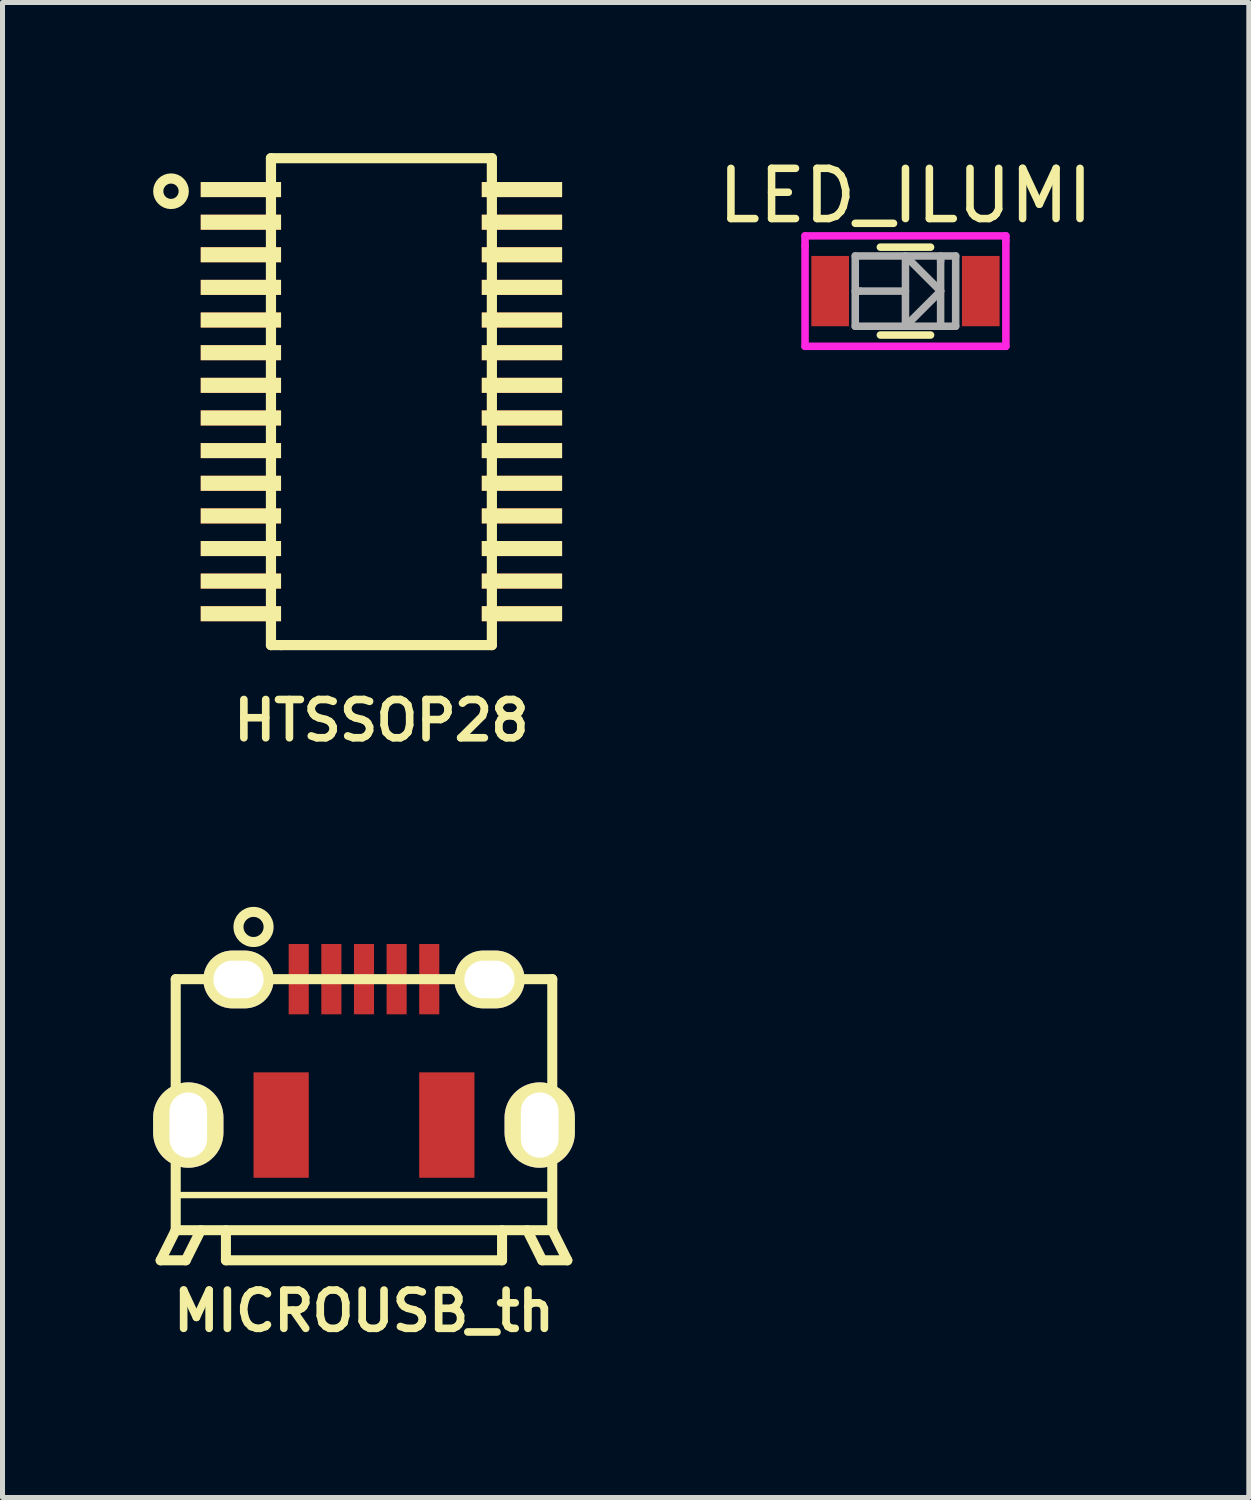
<source format=kicad_pcb>
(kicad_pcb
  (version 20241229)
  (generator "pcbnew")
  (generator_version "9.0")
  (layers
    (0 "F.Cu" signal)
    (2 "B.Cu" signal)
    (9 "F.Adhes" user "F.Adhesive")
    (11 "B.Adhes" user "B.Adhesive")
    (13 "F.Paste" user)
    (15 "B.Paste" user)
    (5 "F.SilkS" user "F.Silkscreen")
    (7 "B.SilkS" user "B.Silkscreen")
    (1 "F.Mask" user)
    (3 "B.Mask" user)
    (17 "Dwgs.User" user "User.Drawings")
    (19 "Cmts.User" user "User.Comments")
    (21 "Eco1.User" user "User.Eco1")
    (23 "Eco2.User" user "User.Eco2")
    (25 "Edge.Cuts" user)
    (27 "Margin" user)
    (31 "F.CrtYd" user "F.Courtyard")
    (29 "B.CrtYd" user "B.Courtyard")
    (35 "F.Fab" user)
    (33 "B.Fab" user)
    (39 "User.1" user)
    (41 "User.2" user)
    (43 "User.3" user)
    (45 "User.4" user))
  (footprint "HTSSOP28"
    (layer "F.Cu")
    (at 4.547 4.95)
    (property "Reference" "HTSSOP28" (at 0 6.35 0) (layer "F.SilkS") (effects (font (size 0.762 0.762) (thickness 0.152))))
    (attr smd)
    (fp_line (start -2.2 -4.849) (end 2.2 -4.849) (stroke (width 0.203) (type solid)) (layer "F.SilkS"))
    (fp_line (start -2.2 4.849) (end -2.2 -4.849) (stroke (width 0.203) (type solid)) (layer "F.SilkS"))
    (fp_line (start -1.999 4.849) (end -2.2 4.849) (stroke (width 0.203) (type solid)) (layer "F.SilkS"))
    (fp_line (start -1.999 4.849) (end 2.2 4.849) (stroke (width 0.203) (type solid)) (layer "F.SilkS"))
    (fp_line (start 2.2 4.849) (end 2.2 -4.849) (stroke (width 0.203) (type solid)) (layer "F.SilkS"))
    (fp_circle (center -4.191 -4.191) (end -3.937 -4.191) (stroke (width 0.203) (type solid)) (fill no) (layer "F.SilkS"))
    (pad "1" smd rect (at -2.799 -4.224) (size 1.6 0.3) (layers "F.Cu" "F.Mask" "F.SilkS" "F.Paste"))
    (pad "2" smd rect (at -2.799 -3.574) (size 1.6 0.3) (layers "F.Cu" "F.Mask" "F.SilkS" "F.Paste"))
    (pad "3" smd rect (at -2.799 -2.926) (size 1.6 0.3) (layers "F.Cu" "F.Mask" "F.SilkS" "F.Paste"))
    (pad "4" smd rect (at -2.799 -2.276) (size 1.6 0.3) (layers "F.Cu" "F.Mask" "F.SilkS" "F.Paste"))
    (pad "5" smd rect (at -2.799 -1.626) (size 1.6 0.3) (layers "F.Cu" "F.Mask" "F.SilkS" "F.Paste"))
    (pad "6" smd rect (at -2.799 -0.975) (size 1.6 0.3) (layers "F.Cu" "F.Mask" "F.SilkS" "F.Paste"))
    (pad "7" smd rect (at -2.799 -0.325) (size 1.6 0.3) (layers "F.Cu" "F.Mask" "F.SilkS" "F.Paste"))
    (pad "8" smd rect (at -2.799 0.325) (size 1.6 0.3) (layers "F.Cu" "F.Mask" "F.SilkS" "F.Paste"))
    (pad "9" smd rect (at -2.799 0.975) (size 1.6 0.3) (layers "F.Cu" "F.Mask" "F.SilkS" "F.Paste"))
    (pad "10" smd rect (at -2.799 1.626) (size 1.6 0.3) (layers "F.Cu" "F.Mask" "F.SilkS" "F.Paste"))
    (pad "11" smd rect (at -2.799 2.276) (size 1.6 0.3) (layers "F.Cu" "F.Mask" "F.SilkS" "F.Paste"))
    (pad "12" smd rect (at -2.799 2.926) (size 1.6 0.3) (layers "F.Cu" "F.Mask" "F.SilkS" "F.Paste"))
    (pad "13" smd rect (at -2.799 3.574) (size 1.6 0.3) (layers "F.Cu" "F.Mask" "F.SilkS" "F.Paste"))
    (pad "14" smd rect (at -2.799 4.224) (size 1.6 0.3) (layers "F.Cu" "F.Mask" "F.SilkS" "F.Paste"))
    (pad "15" smd rect (at 2.799 4.224) (size 1.6 0.3) (layers "F.Cu" "F.Mask" "F.SilkS" "F.Paste"))
    (pad "16" smd rect (at 2.799 3.574) (size 1.6 0.3) (layers "F.Cu" "F.Mask" "F.SilkS" "F.Paste"))
    (pad "17" smd rect (at 2.799 2.926) (size 1.6 0.3) (layers "F.Cu" "F.Mask" "F.SilkS" "F.Paste"))
    (pad "18" smd rect (at 2.799 2.276) (size 1.6 0.3) (layers "F.Cu" "F.Mask" "F.SilkS" "F.Paste"))
    (pad "19" smd rect (at 2.799 1.626) (size 1.6 0.3) (layers "F.Cu" "F.Mask" "F.SilkS" "F.Paste"))
    (pad "20" smd rect (at 2.799 0.975) (size 1.6 0.3) (layers "F.Cu" "F.Mask" "F.SilkS" "F.Paste"))
    (pad "21" smd rect (at 2.799 0.325) (size 1.6 0.3) (layers "F.Cu" "F.Mask" "F.SilkS" "F.Paste"))
    (pad "22" smd rect (at 2.799 -0.325) (size 1.6 0.3) (layers "F.Cu" "F.Mask" "F.SilkS" "F.Paste"))
    (pad "23" smd rect (at 2.799 -0.975) (size 1.6 0.3) (layers "F.Cu" "F.Mask" "F.SilkS" "F.Paste"))
    (pad "24" smd rect (at 2.799 -1.626) (size 1.6 0.3) (layers "F.Cu" "F.Mask" "F.SilkS" "F.Paste"))
    (pad "25" smd rect (at 2.799 -2.276) (size 1.6 0.3) (layers "F.Cu" "F.Mask" "F.SilkS" "F.Paste"))
    (pad "26" smd rect (at 2.799 -2.926) (size 1.6 0.3) (layers "F.Cu" "F.Mask" "F.SilkS" "F.Paste"))
    (pad "27" smd rect (at 2.799 -3.574) (size 1.6 0.3) (layers "F.Cu" "F.Mask" "F.SilkS" "F.Paste"))
    (pad "28" smd rect (at 2.799 -4.224) (size 1.6 0.3) (layers "F.Cu" "F.Mask" "F.SilkS" "F.Paste")))
  (footprint "MICROUSB_th"
    (layer "F.Cu")
    (at 3.082 19.609)
    (property "Reference" "MICROUSB_th" (at 1.118 3.454 0) (layer "F.SilkS") (effects (font (size 0.762 0.762) (thickness 0.152))))
    (attr smd)
    (fp_line (start -2.932 2.444) (end -2.432 2.444) (stroke (width 0.2) (type solid)) (layer "F.SilkS"))
    (fp_line (start -2.632 -3.156) (end -2.632 1.844) (stroke (width 0.2) (type solid)) (layer "F.SilkS"))
    (fp_line (start -2.632 1.844) (end -2.932 2.444) (stroke (width 0.2) (type solid)) (layer "F.SilkS"))
    (fp_line (start -2.132 1.844) (end -2.432 2.444) (stroke (width 0.2) (type solid)) (layer "F.SilkS"))
    (fp_line (start -1.632 1.844) (end -1.632 2.444) (stroke (width 0.2) (type solid)) (layer "F.SilkS"))
    (fp_line (start -1.632 2.444) (end 3.868 2.444) (stroke (width 0.2) (type solid)) (layer "F.SilkS"))
    (fp_line (start 3.868 2.444) (end 3.868 1.844) (stroke (width 0.2) (type solid)) (layer "F.SilkS"))
    (fp_line (start 4.368 1.844) (end 4.668 2.444) (stroke (width 0.2) (type solid)) (layer "F.SilkS"))
    (fp_line (start 4.868 -3.156) (end -2.632 -3.156) (stroke (width 0.2) (type solid)) (layer "F.SilkS"))
    (fp_line (start 4.868 1.144) (end -2.632 1.144) (stroke (width 0.127) (type solid)) (layer "F.SilkS"))
    (fp_line (start 4.868 1.844) (end -2.632 1.844) (stroke (width 0.2) (type solid)) (layer "F.SilkS"))
    (fp_line (start 4.868 1.844) (end 4.868 -3.156) (stroke (width 0.2) (type solid)) (layer "F.SilkS"))
    (fp_line (start 4.868 1.844) (end 5.168 2.444) (stroke (width 0.2) (type solid)) (layer "F.SilkS"))
    (fp_line (start 5.168 2.444) (end 4.668 2.444) (stroke (width 0.2) (type solid)) (layer "F.SilkS"))
    (fp_circle (center -1.082 -4.196) (end -1.082 -4.496) (stroke (width 0.2) (type solid)) (fill no) (layer "F.SilkS"))
    (pad "" thru_hole oval (at -2.382 -0.25) (size 1.4 1.7) (drill oval 0.75 1.3) (layers "*.Cu" "*.Mask" "F.SilkS"))
    (pad "" thru_hole oval (at -1.382 -3.15) (size 1.4 1.15) (drill oval 1 0.75) (layers "*.Cu" "*.Mask" "F.SilkS"))
    (pad "" smd rect (at -0.532 -0.25) (size 1.1 2.1) (layers "F.Cu" "F.Mask" "F.Paste"))
    (pad "" smd rect (at 2.768 -0.25) (size 1.1 2.1) (layers "F.Cu" "F.Mask" "F.Paste"))
    (pad "" thru_hole oval (at 3.618 -3.15) (size 1.4 1.15) (drill oval 1 0.75) (layers "*.Cu" "*.Mask" "F.SilkS"))
    (pad "" thru_hole oval (at 4.618 -0.25) (size 1.4 1.7) (drill oval 0.75 1.3) (layers "*.Cu" "*.Mask" "F.SilkS"))
    (pad "1" smd rect (at -0.182 -3.156 90) (size 1.4 0.4) (layers "F.Cu" "F.Mask" "F.Paste"))
    (pad "2" smd rect (at 0.468 -3.156 90) (size 1.4 0.4) (layers "F.Cu" "F.Mask" "F.Paste"))
    (pad "3" smd rect (at 1.118 -3.156 90) (size 1.4 0.4) (layers "F.Cu" "F.Mask" "F.Paste"))
    (pad "4" smd rect (at 1.768 -3.156 90) (size 1.4 0.4) (layers "F.Cu" "F.Mask" "F.Paste"))
    (pad "5" smd rect (at 2.418 -3.156 90) (size 1.4 0.4) (layers "F.Cu" "F.Mask" "F.Paste")))
  (footprint "LED_ILUMI"
    (layer "F.Cu")
    (at 14.985 2.748)
    (property "Reference" "LED_ILUMI" (at 0 -1.9 0) (layer "F.SilkS") (effects (font (size 1 1) (thickness 0.15))))
    (attr smd)
    (fp_line (start -0.5 -0.875) (end 0.5 -0.875) (stroke (width 0.15) (type solid)) (layer "F.SilkS"))
    (fp_line (start 0.5 0.875) (end -0.5 0.875) (stroke (width 0.15) (type solid)) (layer "F.SilkS"))
    (fp_line (start -2 -1.1) (end -2 -0.9) (stroke (width 0.15) (type solid)) (layer "F.CrtYd"))
    (fp_line (start -2 -0.9) (end -2 1.1) (stroke (width 0.15) (type solid)) (layer "F.CrtYd"))
    (fp_line (start -2 1.1) (end 2 1.1) (stroke (width 0.15) (type solid)) (layer "F.CrtYd"))
    (fp_line (start 2 -1.1) (end -2 -1.1) (stroke (width 0.15) (type solid)) (layer "F.CrtYd"))
    (fp_line (start 2 -1) (end 2 -1.1) (stroke (width 0.15) (type solid)) (layer "F.CrtYd"))
    (fp_line (start 2 1.1) (end 2 -1) (stroke (width 0.15) (type solid)) (layer "F.CrtYd"))
    (fp_line (start -1 -0.7) (end -1 0.7) (stroke (width 0.15) (type solid)) (layer "F.Fab"))
    (fp_line (start -1 0.7) (end 1 0.7) (stroke (width 0.15) (type solid)) (layer "F.Fab"))
    (fp_line (start -0.9 0) (end -1 0) (stroke (width 0.15) (type solid)) (layer "F.Fab"))
    (fp_line (start 0 -0.7) (end 0 0.7) (stroke (width 0.15) (type solid)) (layer "F.Fab"))
    (fp_line (start 0 0) (end -0.9 0) (stroke (width 0.15) (type solid)) (layer "F.Fab"))
    (fp_line (start 0 0.7) (end 0.7 0) (stroke (width 0.15) (type solid)) (layer "F.Fab"))
    (fp_line (start 0.7 -0.6) (end 0.7 -0.7) (stroke (width 0.15) (type solid)) (layer "F.Fab"))
    (fp_line (start 0.7 -0.6) (end 0.7 0.7) (stroke (width 0.15) (type solid)) (layer "F.Fab"))
    (fp_line (start 0.7 0) (end 0 -0.7) (stroke (width 0.15) (type solid)) (layer "F.Fab"))
    (fp_line (start 1 -0.7) (end -1 -0.7) (stroke (width 0.15) (type solid)) (layer "F.Fab"))
    (fp_line (start 1 0.7) (end 1 -0.7) (stroke (width 0.15) (type solid)) (layer "F.Fab"))
    (pad "1" smd rect (at 1.5 0) (size 0.75 1.4) (layers "F.Cu" "F.Mask" "F.Paste"))
    (pad "2" smd rect (at -1.5 0) (size 0.75 1.4) (layers "F.Cu" "F.Mask" "F.Paste")))
  (gr_rect
    (start -3 -3)
    (end 21.824 26.777)
    (stroke (width 0.1) (type default))
    (fill no)
    (layer "Edge.Cuts")))
</source>
